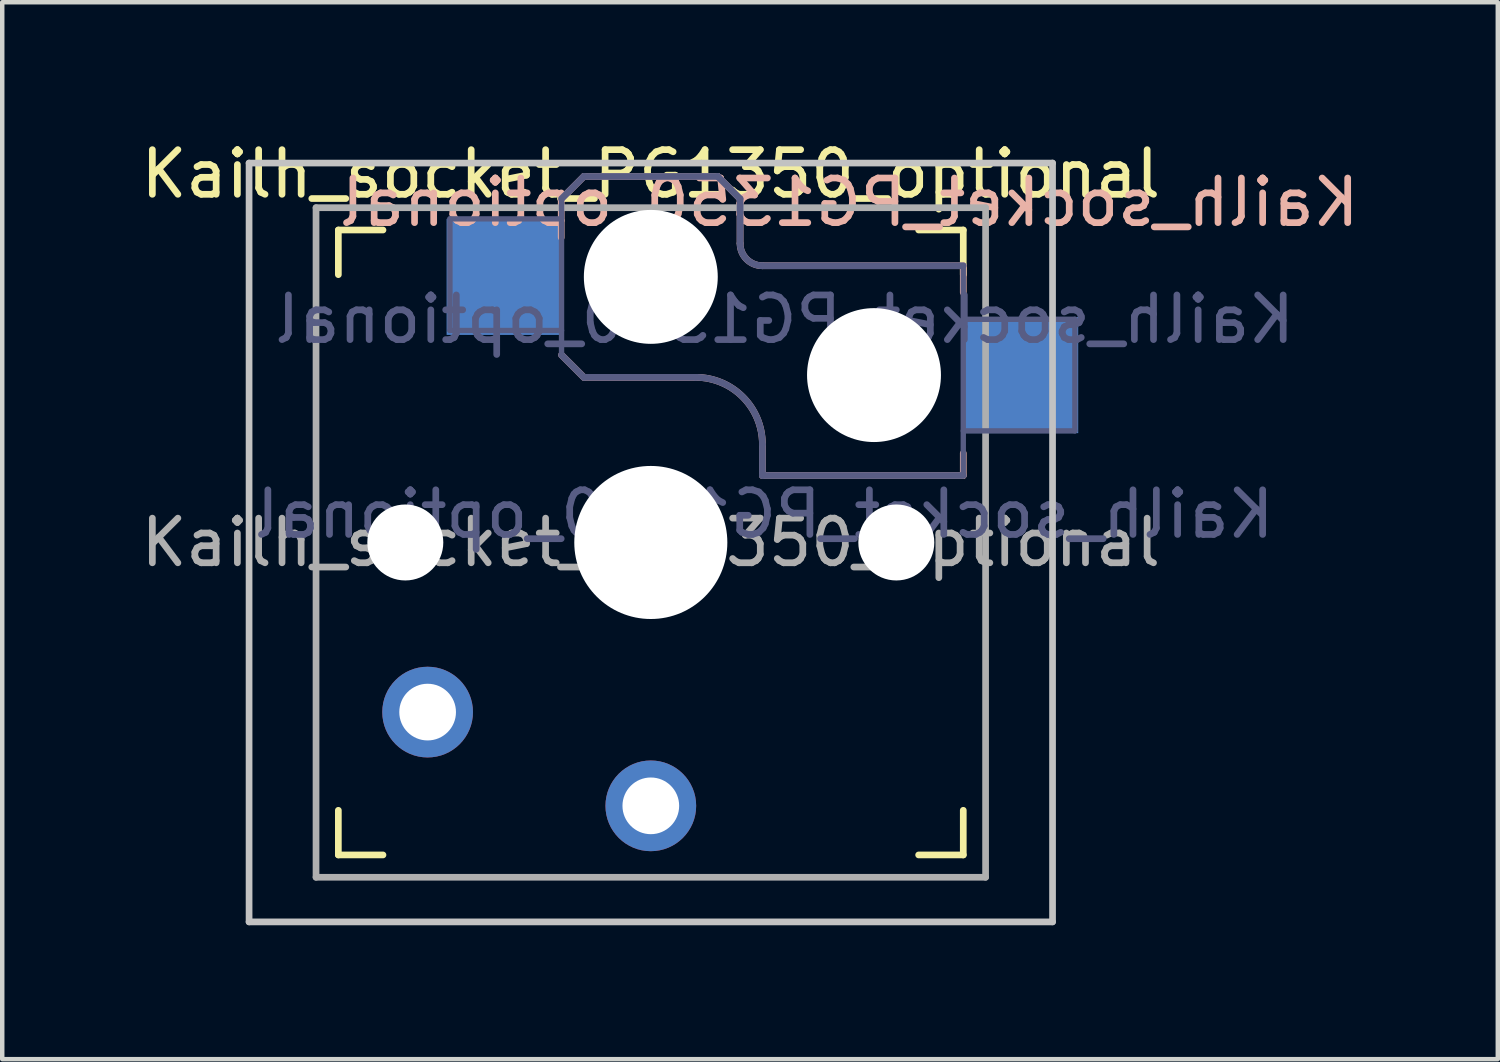
<source format=kicad_pcb>
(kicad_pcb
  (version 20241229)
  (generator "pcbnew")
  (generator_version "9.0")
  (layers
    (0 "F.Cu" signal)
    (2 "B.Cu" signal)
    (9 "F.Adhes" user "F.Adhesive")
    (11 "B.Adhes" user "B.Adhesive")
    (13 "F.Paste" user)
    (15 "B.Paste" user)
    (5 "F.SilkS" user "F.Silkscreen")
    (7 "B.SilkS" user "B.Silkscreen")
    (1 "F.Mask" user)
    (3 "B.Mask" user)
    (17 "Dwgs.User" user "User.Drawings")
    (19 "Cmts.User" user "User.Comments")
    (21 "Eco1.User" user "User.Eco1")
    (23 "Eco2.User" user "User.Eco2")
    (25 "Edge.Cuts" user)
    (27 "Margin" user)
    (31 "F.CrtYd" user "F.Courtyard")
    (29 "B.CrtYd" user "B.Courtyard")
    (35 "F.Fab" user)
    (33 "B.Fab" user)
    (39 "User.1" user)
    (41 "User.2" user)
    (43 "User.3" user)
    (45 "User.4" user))
  (footprint "Kailh_socket_PG1350_optional"
    (layer "F.Cu")
    (at 11.53 9.103)
    (property "Reference" "Kailh_socket_PG1350_optional" (at 0 -8.255 0) (layer "F.SilkS") (effects (font (size 1 1) (thickness 0.15))))
    (property "Value" "Kailh_socket_PG1350_optional" (at 0 8.25 0) (layer "F.Fab") (hide yes) (effects (font (size 1 1) (thickness 0.15))))
    (attr through_hole)
    (fp_line (start -7 -6) (end -7 -7) (stroke (width 0.15) (type solid)) (layer "F.SilkS"))
    (fp_line (start -7 7) (end -7 6) (stroke (width 0.15) (type solid)) (layer "F.SilkS"))
    (fp_line (start -7 7) (end -6 7) (stroke (width 0.15) (type solid)) (layer "F.SilkS"))
    (fp_line (start -6 -7) (end -7 -7) (stroke (width 0.15) (type solid)) (layer "F.SilkS"))
    (fp_line (start 6 7) (end 7 7) (stroke (width 0.15) (type solid)) (layer "F.SilkS"))
    (fp_line (start 7 -7) (end 6 -7) (stroke (width 0.15) (type solid)) (layer "F.SilkS"))
    (fp_line (start 7 -7) (end 7 -6) (stroke (width 0.15) (type solid)) (layer "F.SilkS"))
    (fp_line (start 7 6) (end 7 7) (stroke (width 0.15) (type solid)) (layer "F.SilkS"))
    (fp_line (start -2 -7.7) (end -1.5 -8.2) (stroke (width 0.15) (type solid)) (layer "B.SilkS"))
    (fp_line (start -2 -4.2) (end -1.5 -3.7) (stroke (width 0.15) (type solid)) (layer "B.SilkS"))
    (fp_line (start -1.5 -8.2) (end 1.5 -8.2) (stroke (width 0.15) (type solid)) (layer "B.SilkS"))
    (fp_line (start -1.5 -3.7) (end 1 -3.7) (stroke (width 0.15) (type solid)) (layer "B.SilkS"))
    (fp_line (start 1.5 -8.2) (end 2 -7.7) (stroke (width 0.15) (type solid)) (layer "B.SilkS"))
    (fp_line (start 2 -6.7) (end 2 -7.7) (stroke (width 0.15) (type solid)) (layer "B.SilkS"))
    (fp_line (start 2.5 -2.2) (end 2.5 -1.5) (stroke (width 0.15) (type solid)) (layer "B.SilkS"))
    (fp_line (start 2.5 -1.5) (end 7 -1.5) (stroke (width 0.15) (type solid)) (layer "B.SilkS"))
    (fp_line (start 7 -6.2) (end 2.5 -6.2) (stroke (width 0.15) (type solid)) (layer "B.SilkS"))
    (fp_line (start 7 -5.6) (end 7 -6.2) (stroke (width 0.15) (type solid)) (layer "B.SilkS"))
    (fp_line (start 7 -1.5) (end 7 -2) (stroke (width 0.15) (type solid)) (layer "B.SilkS"))
    (fp_arc (start 1 -3.7) (mid 2.06066 -3.26066) (end 2.5 -2.2) (stroke (width 0.15) (type solid)) (layer "B.SilkS"))
    (fp_arc (start 2.5 -6.2) (mid 2.146447 -6.346447) (end 2 -6.7) (stroke (width 0.15) (type solid)) (layer "B.SilkS"))
    (fp_line (start -9 -8.5) (end 9 -8.5) (stroke (width 0.15) (type solid)) (layer "Dwgs.User"))
    (fp_line (start -9 8.5) (end -9 -8.5) (stroke (width 0.15) (type solid)) (layer "Dwgs.User"))
    (fp_line (start 9 -8.5) (end 9 8.5) (stroke (width 0.15) (type solid)) (layer "Dwgs.User"))
    (fp_line (start 9 8.5) (end -9 8.5) (stroke (width 0.15) (type solid)) (layer "Dwgs.User"))
    (fp_line (start -6.9 6.9) (end -6.9 -6.9) (stroke (width 0.15) (type solid)) (layer "Eco2.User"))
    (fp_line (start -6.9 6.9) (end 6.9 6.9) (stroke (width 0.15) (type solid)) (layer "Eco2.User"))
    (fp_line (start -2.6 -3.1) (end -2.6 -6.3) (stroke (width 0.15) (type solid)) (layer "Eco2.User"))
    (fp_line (start -2.6 -3.1) (end 2.6 -3.1) (stroke (width 0.15) (type solid)) (layer "Eco2.User"))
    (fp_line (start 2.6 -6.3) (end -2.6 -6.3) (stroke (width 0.15) (type solid)) (layer "Eco2.User"))
    (fp_line (start 2.6 -3.1) (end 2.6 -6.3) (stroke (width 0.15) (type solid)) (layer "Eco2.User"))
    (fp_line (start 6.9 -6.9) (end -6.9 -6.9) (stroke (width 0.15) (type solid)) (layer "Eco2.User"))
    (fp_line (start 6.9 -6.9) (end 6.9 6.9) (stroke (width 0.15) (type solid)) (layer "Eco2.User"))
    (fp_line (start -4.5 -7.25) (end -2 -7.25) (stroke (width 0.12) (type solid)) (layer "B.Fab"))
    (fp_line (start -4.5 -4.75) (end -4.5 -7.25) (stroke (width 0.12) (type solid)) (layer "B.Fab"))
    (fp_line (start -2 -7.7) (end -1.5 -8.2) (stroke (width 0.15) (type solid)) (layer "B.Fab"))
    (fp_line (start -2 -4.75) (end -4.5 -4.75) (stroke (width 0.12) (type solid)) (layer "B.Fab"))
    (fp_line (start -2 -4.25) (end -2 -7.7) (stroke (width 0.12) (type solid)) (layer "B.Fab"))
    (fp_line (start -2 -4.2) (end -1.5 -3.7) (stroke (width 0.15) (type solid)) (layer "B.Fab"))
    (fp_line (start -1.5 -8.2) (end 1.5 -8.2) (stroke (width 0.15) (type solid)) (layer "B.Fab"))
    (fp_line (start -1.5 -3.7) (end 1 -3.7) (stroke (width 0.15) (type solid)) (layer "B.Fab"))
    (fp_line (start 1.5 -8.2) (end 2 -7.7) (stroke (width 0.15) (type solid)) (layer "B.Fab"))
    (fp_line (start 2 -6.7) (end 2 -7.7) (stroke (width 0.15) (type solid)) (layer "B.Fab"))
    (fp_line (start 2.5 -2.2) (end 2.5 -1.5) (stroke (width 0.15) (type solid)) (layer "B.Fab"))
    (fp_line (start 2.5 -1.5) (end 7 -1.5) (stroke (width 0.15) (type solid)) (layer "B.Fab"))
    (fp_line (start 7 -6.2) (end 2.5 -6.2) (stroke (width 0.15) (type solid)) (layer "B.Fab"))
    (fp_line (start 7 -5) (end 9.5 -5) (stroke (width 0.12) (type solid)) (layer "B.Fab"))
    (fp_line (start 7 -1.5) (end 7 -6.2) (stroke (width 0.12) (type solid)) (layer "B.Fab"))
    (fp_line (start 9.5 -5) (end 9.5 -2.5) (stroke (width 0.12) (type solid)) (layer "B.Fab"))
    (fp_line (start 9.5 -2.5) (end 7 -2.5) (stroke (width 0.12) (type solid)) (layer "B.Fab"))
    (fp_arc (start 1 -3.7) (mid 2.06066 -3.26066) (end 2.5 -2.2) (stroke (width 0.15) (type solid)) (layer "B.Fab"))
    (fp_arc (start 2.5 -6.2) (mid 2.146447 -6.346447) (end 2 -6.7) (stroke (width 0.15) (type solid)) (layer "B.Fab"))
    (fp_line (start -7.5 -7.5) (end 7.5 -7.5) (stroke (width 0.15) (type solid)) (layer "F.Fab"))
    (fp_line (start -7.5 7.5) (end -7.5 -7.5) (stroke (width 0.15) (type solid)) (layer "F.Fab"))
    (fp_line (start 7.5 -7.5) (end 7.5 7.5) (stroke (width 0.15) (type solid)) (layer "F.Fab"))
    (fp_line (start 7.5 7.5) (end -7.5 7.5) (stroke (width 0.15) (type solid)) (layer "F.Fab"))
    (fp_text user "${REFERENCE}" (at 4.445 -7.62 0) (layer "B.SilkS") (effects (font (size 1 1) (thickness 0.15)) (justify mirror)))
    (fp_text user "${VALUE}" (at 2.54 -0.635 0) (layer "B.Fab") (effects (font (size 1 1) (thickness 0.15)) (justify mirror)))
    (fp_text user "${REFERENCE}" (at 3 -5 180) (layer "B.Fab") (effects (font (size 1 1) (thickness 0.15)) (justify mirror)))
    (fp_text user "${REFERENCE}" (at 0 0 0) (layer "F.Fab") (effects (font (size 1 1) (thickness 0.15))))
    (pad "" np_thru_hole circle (at -5.5 0) (size 1.702 1.702) (drill 1.702) (layers "*.Cu" "*.Mask"))
    (pad "" np_thru_hole circle (at 0 -5.95) (size 3 3) (drill 3) (layers "*.Cu" "*.Mask"))
    (pad "" np_thru_hole circle (at 0 0) (size 3.429 3.429) (drill 3.429) (layers "*.Cu" "*.Mask"))
    (pad "" np_thru_hole circle (at 5 -3.75) (size 3 3) (drill 3) (layers "*.Cu" "*.Mask"))
    (pad "" np_thru_hole circle (at 5.5 0) (size 1.702 1.702) (drill 1.702) (layers "*.Cu" "*.Mask"))
    (pad "1" smd rect (at -3.275 -5.95) (size 2.6 2.6) (layers "B.Cu" "B.Mask" "B.Paste"))
    (pad "1" thru_hole circle (at 0 5.9) (size 2.032 2.032) (drill 1.27) (layers "*.Cu" "*.Mask"))
    (pad "2" thru_hole circle (at -5 3.8) (size 2.032 2.032) (drill 1.27) (layers "*.Cu" "*.Mask"))
    (pad "2" smd rect (at 8.275 -3.75) (size 2.6 2.6) (layers "B.Cu" "B.Mask" "B.Paste")))
  (gr_rect
    (start -3 -3)
    (end 30.505 20.678)
    (stroke (width 0.1) (type default))
    (fill no)
    (layer "Edge.Cuts")))
</source>
